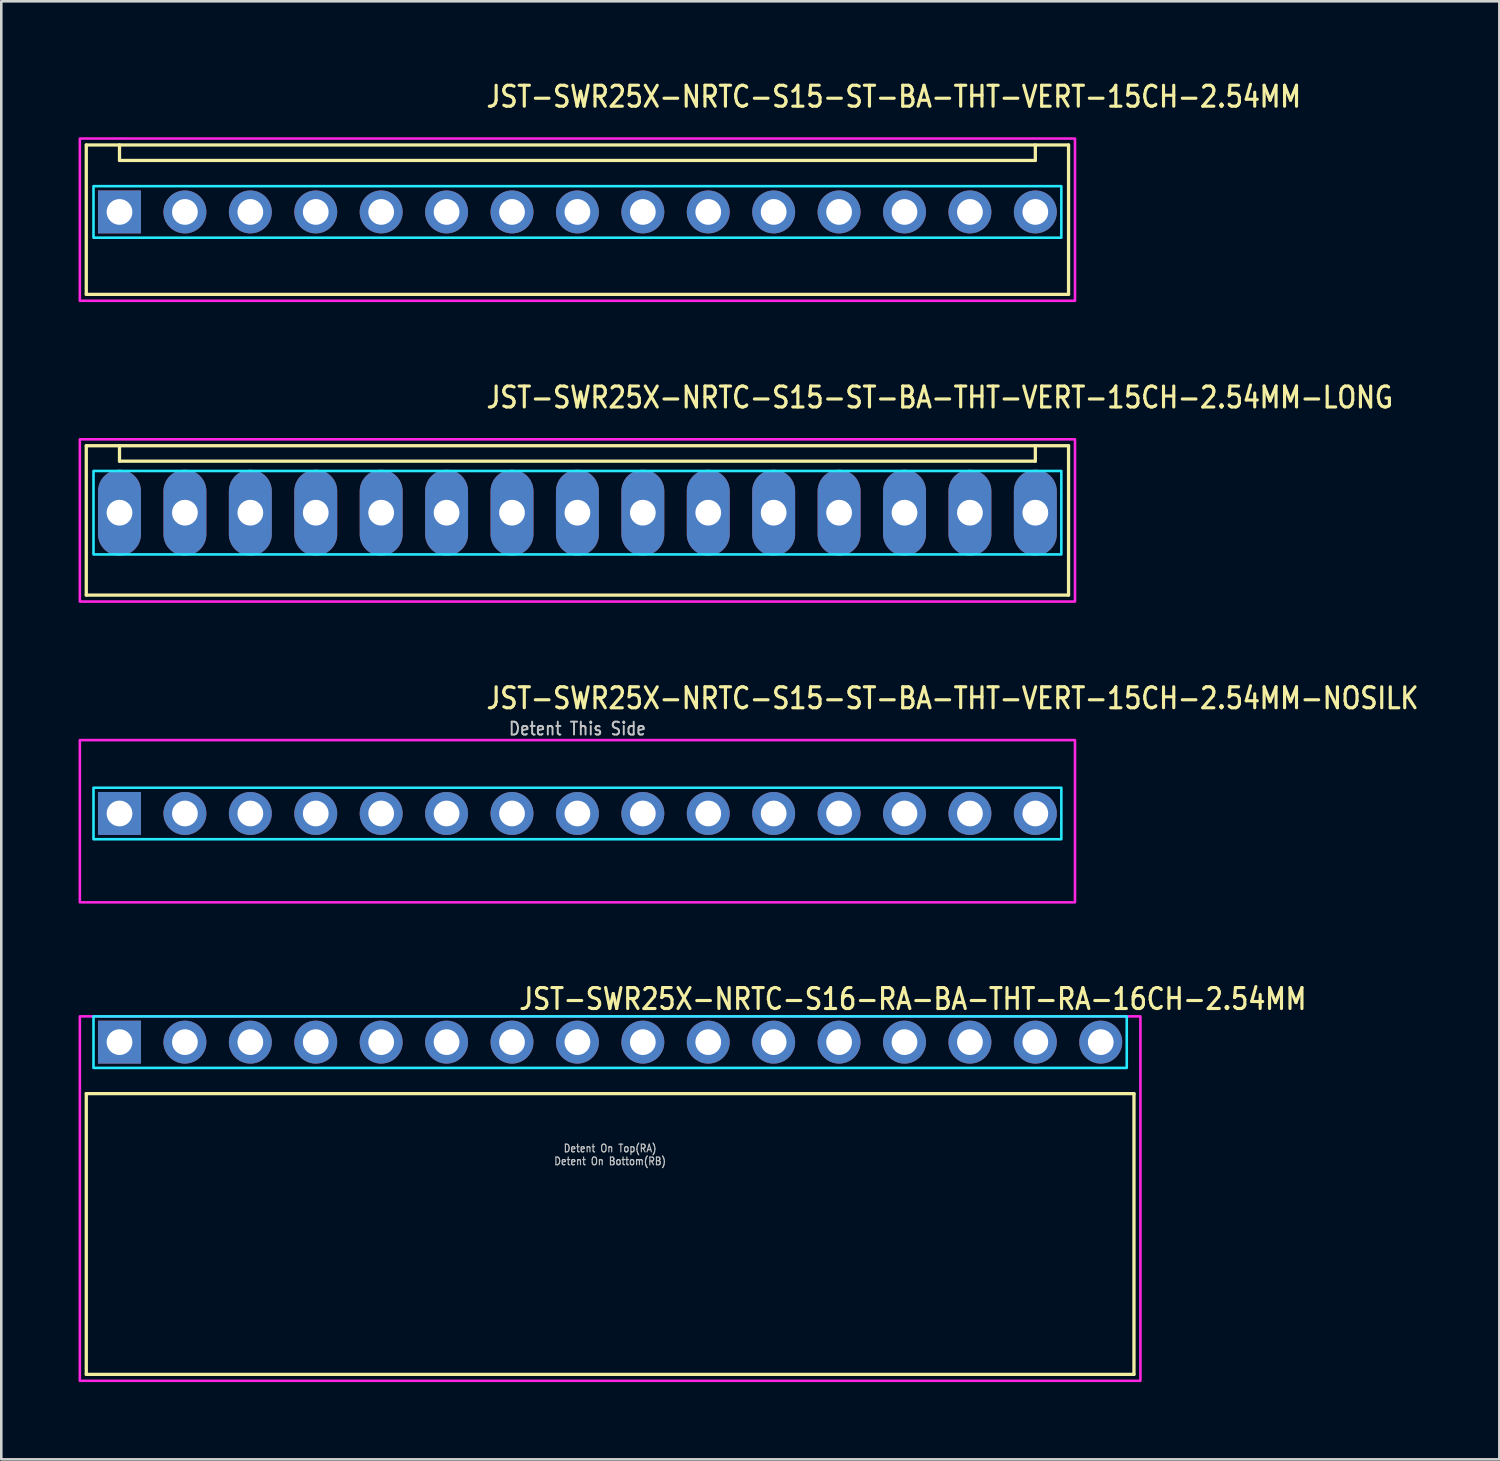
<source format=kicad_pcb>
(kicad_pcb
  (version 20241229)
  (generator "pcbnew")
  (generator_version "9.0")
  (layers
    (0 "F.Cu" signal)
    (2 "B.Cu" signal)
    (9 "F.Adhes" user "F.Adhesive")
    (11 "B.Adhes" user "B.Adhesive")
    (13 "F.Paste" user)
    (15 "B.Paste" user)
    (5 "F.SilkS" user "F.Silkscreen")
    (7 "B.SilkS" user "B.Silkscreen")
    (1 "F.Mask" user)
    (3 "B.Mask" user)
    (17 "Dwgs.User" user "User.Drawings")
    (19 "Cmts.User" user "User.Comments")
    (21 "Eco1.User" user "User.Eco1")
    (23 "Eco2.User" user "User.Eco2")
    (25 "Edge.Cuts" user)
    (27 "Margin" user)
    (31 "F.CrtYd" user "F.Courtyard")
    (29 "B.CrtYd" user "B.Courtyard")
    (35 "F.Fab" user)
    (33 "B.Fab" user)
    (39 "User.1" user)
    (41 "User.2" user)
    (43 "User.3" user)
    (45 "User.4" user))
  (footprint "JST-SWR25X-NRTC-S15-ST-BA-THT-VERT-15CH-2.54MM"
    (layer "F.Cu")
    (at 19.37 5.179)
    (property "Reference" "JST-SWR25X-NRTC-S15-ST-BA-THT-VERT-15CH-2.54MM" (at -3.6 -4 0) (unlocked yes) (layer "F.SilkS") (effects (font (size 0.813 0.695) (thickness 0.122)) (justify left bottom)))
    (fp_line (start -19.07 -2.6) (end 19.07 -2.6) (stroke (width 0.127) (type solid)) (layer "F.SilkS"))
    (fp_line (start -19.07 3.2) (end -19.07 -2.6) (stroke (width 0.127) (type solid)) (layer "F.SilkS"))
    (fp_line (start -19.07 3.2) (end 19.07 3.2) (stroke (width 0.127) (type solid)) (layer "F.SilkS"))
    (fp_line (start -17.78 -2.6) (end -17.78 -2) (stroke (width 0.127) (type solid)) (layer "F.SilkS"))
    (fp_line (start -17.78 -2) (end 17.78 -2) (stroke (width 0.127) (type solid)) (layer "F.SilkS"))
    (fp_line (start 17.78 -2.6) (end 17.78 -2) (stroke (width 0.127) (type solid)) (layer "F.SilkS"))
    (fp_line (start 19.07 -2.6) (end 19.07 3.2) (stroke (width 0.127) (type solid)) (layer "F.SilkS"))
    (fp_poly (pts (xy -18.79 -1) (xy -18.79 1) (xy 18.79 1) (xy 18.79 -1)) (stroke (width 0.1) (type solid)) (fill no) (layer "B.CrtYd"))
    (fp_poly (pts (xy -19.32 -2.85) (xy -19.32 3.45) (xy 19.32 3.45) (xy 19.32 -2.85)) (stroke (width 0.1) (type solid)) (fill no) (layer "F.CrtYd"))
    (pad "1" thru_hole rect (at -17.78 0) (size 1.667 1.667) (drill 1) (layers "*.Cu" "*.Mask"))
    (pad "2" thru_hole oval (at -15.24 0) (size 1.667 1.667) (drill 1) (layers "*.Cu" "*.Mask"))
    (pad "3" thru_hole oval (at -12.7 0) (size 1.667 1.667) (drill 1) (layers "*.Cu" "*.Mask"))
    (pad "4" thru_hole oval (at -10.16 0) (size 1.667 1.667) (drill 1) (layers "*.Cu" "*.Mask"))
    (pad "5" thru_hole oval (at -7.62 0) (size 1.667 1.667) (drill 1) (layers "*.Cu" "*.Mask"))
    (pad "6" thru_hole oval (at -5.08 0) (size 1.667 1.667) (drill 1) (layers "*.Cu" "*.Mask"))
    (pad "7" thru_hole oval (at -2.54 0) (size 1.667 1.667) (drill 1) (layers "*.Cu" "*.Mask"))
    (pad "8" thru_hole oval (at 0 0) (size 1.667 1.667) (drill 1) (layers "*.Cu" "*.Mask"))
    (pad "9" thru_hole oval (at 2.54 0) (size 1.667 1.667) (drill 1) (layers "*.Cu" "*.Mask"))
    (pad "10" thru_hole oval (at 5.08 0) (size 1.667 1.667) (drill 1) (layers "*.Cu" "*.Mask"))
    (pad "11" thru_hole oval (at 7.62 0) (size 1.667 1.667) (drill 1) (layers "*.Cu" "*.Mask"))
    (pad "12" thru_hole oval (at 10.16 0) (size 1.667 1.667) (drill 1) (layers "*.Cu" "*.Mask"))
    (pad "13" thru_hole oval (at 12.7 0) (size 1.667 1.667) (drill 1) (layers "*.Cu" "*.Mask"))
    (pad "14" thru_hole oval (at 15.24 0) (size 1.667 1.667) (drill 1) (layers "*.Cu" "*.Mask"))
    (pad "15" thru_hole oval (at 17.78 0) (size 1.667 1.667) (drill 1) (layers "*.Cu" "*.Mask")))
  (footprint "JST-SWR25X-NRTC-S16-RA-BA-THT-RA-16CH-2.54MM"
    (layer "F.Cu")
    (at 20.64 37.414)
    (property "Reference" "JST-SWR25X-NRTC-S16-RA-BA-THT-RA-16CH-2.54MM" (at -3.6 -1.2 0) (unlocked yes) (layer "F.SilkS") (effects (font (size 0.813 0.695) (thickness 0.122)) (justify left bottom)))
    (fp_line (start -20.34 2) (end 20.34 2) (stroke (width 0.127) (type solid)) (layer "F.SilkS"))
    (fp_line (start -20.34 12.9) (end -20.34 2) (stroke (width 0.127) (type solid)) (layer "F.SilkS"))
    (fp_line (start -20.34 12.9) (end 20.34 12.9) (stroke (width 0.127) (type solid)) (layer "F.SilkS"))
    (fp_line (start 20.34 2) (end 20.34 12.9) (stroke (width 0.127) (type solid)) (layer "F.SilkS"))
    (fp_poly (pts (xy -20.06 -1) (xy -20.06 1) (xy 20.06 1) (xy 20.06 -1)) (stroke (width 0.1) (type solid)) (fill no) (layer "B.CrtYd"))
    (fp_poly (pts (xy -20.59 -1) (xy -20.59 13.15) (xy 20.59 13.15) (xy 20.59 -1)) (stroke (width 0.1) (type solid)) (fill no) (layer "F.CrtYd"))
    (fp_text user "Detent On Top(RA)" (at 0 4.3 0) (unlocked yes) (layer "Dwgs.User") (effects (font (size 0.3 0.257) (thickness 0.045)) (justify bottom)))
    (fp_text user "Detent On Bottom(RB)" (at 0 4.8 0) (unlocked yes) (layer "Dwgs.User") (effects (font (size 0.3 0.257) (thickness 0.045)) (justify bottom)))
    (pad "1" thru_hole rect (at -19.05 0) (size 1.667 1.667) (drill 1) (layers "*.Cu" "*.Mask"))
    (pad "2" thru_hole oval (at -16.51 0) (size 1.667 1.667) (drill 1) (layers "*.Cu" "*.Mask"))
    (pad "3" thru_hole oval (at -13.97 0) (size 1.667 1.667) (drill 1) (layers "*.Cu" "*.Mask"))
    (pad "4" thru_hole oval (at -11.43 0) (size 1.667 1.667) (drill 1) (layers "*.Cu" "*.Mask"))
    (pad "5" thru_hole oval (at -8.89 0) (size 1.667 1.667) (drill 1) (layers "*.Cu" "*.Mask"))
    (pad "6" thru_hole oval (at -6.35 0) (size 1.667 1.667) (drill 1) (layers "*.Cu" "*.Mask"))
    (pad "7" thru_hole oval (at -3.81 0) (size 1.667 1.667) (drill 1) (layers "*.Cu" "*.Mask"))
    (pad "8" thru_hole oval (at -1.27 0) (size 1.667 1.667) (drill 1) (layers "*.Cu" "*.Mask"))
    (pad "9" thru_hole oval (at 1.27 0) (size 1.667 1.667) (drill 1) (layers "*.Cu" "*.Mask"))
    (pad "10" thru_hole oval (at 3.81 0) (size 1.667 1.667) (drill 1) (layers "*.Cu" "*.Mask"))
    (pad "11" thru_hole oval (at 6.35 0) (size 1.667 1.667) (drill 1) (layers "*.Cu" "*.Mask"))
    (pad "12" thru_hole oval (at 8.89 0) (size 1.667 1.667) (drill 1) (layers "*.Cu" "*.Mask"))
    (pad "13" thru_hole oval (at 11.43 0) (size 1.667 1.667) (drill 1) (layers "*.Cu" "*.Mask"))
    (pad "14" thru_hole oval (at 13.97 0) (size 1.667 1.667) (drill 1) (layers "*.Cu" "*.Mask"))
    (pad "15" thru_hole oval (at 16.51 0) (size 1.667 1.667) (drill 1) (layers "*.Cu" "*.Mask"))
    (pad "16" thru_hole oval (at 19.05 0) (size 1.667 1.667) (drill 1) (layers "*.Cu" "*.Mask")))
  (footprint "JST-SWR25X-NRTC-S15-ST-BA-THT-VERT-15CH-2.54MM-NOSILK"
    (layer "F.Cu")
    (at 19.37 28.536)
    (property "Reference" "JST-SWR25X-NRTC-S15-ST-BA-THT-VERT-15CH-2.54MM-NOSILK" (at -3.6 -4 0) (unlocked yes) (layer "F.SilkS") (effects (font (size 0.813 0.695) (thickness 0.122)) (justify left bottom)))
    (fp_poly (pts (xy -18.79 -1) (xy -18.79 1) (xy 18.79 1) (xy 18.79 -1)) (stroke (width 0.1) (type solid)) (fill no) (layer "B.CrtYd"))
    (fp_poly (pts (xy -19.32 -2.85) (xy -19.32 3.45) (xy 19.32 3.45) (xy 19.32 -2.85)) (stroke (width 0.1) (type solid)) (fill no) (layer "F.CrtYd"))
    (fp_text user "Detent This Side" (at 0 -3 0) (unlocked yes) (layer "Dwgs.User") (effects (font (size 0.5 0.427) (thickness 0.075)) (justify bottom)))
    (pad "1" thru_hole rect (at -17.78 0) (size 1.667 1.667) (drill 1) (layers "*.Cu" "*.Mask"))
    (pad "2" thru_hole oval (at -15.24 0) (size 1.667 1.667) (drill 1) (layers "*.Cu" "*.Mask"))
    (pad "3" thru_hole oval (at -12.7 0) (size 1.667 1.667) (drill 1) (layers "*.Cu" "*.Mask"))
    (pad "4" thru_hole oval (at -10.16 0) (size 1.667 1.667) (drill 1) (layers "*.Cu" "*.Mask"))
    (pad "5" thru_hole oval (at -7.62 0) (size 1.667 1.667) (drill 1) (layers "*.Cu" "*.Mask"))
    (pad "6" thru_hole oval (at -5.08 0) (size 1.667 1.667) (drill 1) (layers "*.Cu" "*.Mask"))
    (pad "7" thru_hole oval (at -2.54 0) (size 1.667 1.667) (drill 1) (layers "*.Cu" "*.Mask"))
    (pad "8" thru_hole oval (at 0 0) (size 1.667 1.667) (drill 1) (layers "*.Cu" "*.Mask"))
    (pad "9" thru_hole oval (at 2.54 0) (size 1.667 1.667) (drill 1) (layers "*.Cu" "*.Mask"))
    (pad "10" thru_hole oval (at 5.08 0) (size 1.667 1.667) (drill 1) (layers "*.Cu" "*.Mask"))
    (pad "11" thru_hole oval (at 7.62 0) (size 1.667 1.667) (drill 1) (layers "*.Cu" "*.Mask"))
    (pad "12" thru_hole oval (at 10.16 0) (size 1.667 1.667) (drill 1) (layers "*.Cu" "*.Mask"))
    (pad "13" thru_hole oval (at 12.7 0) (size 1.667 1.667) (drill 1) (layers "*.Cu" "*.Mask"))
    (pad "14" thru_hole oval (at 15.24 0) (size 1.667 1.667) (drill 1) (layers "*.Cu" "*.Mask"))
    (pad "15" thru_hole oval (at 17.78 0) (size 1.667 1.667) (drill 1) (layers "*.Cu" "*.Mask")))
  (footprint "JST-SWR25X-NRTC-S15-ST-BA-THT-VERT-15CH-2.54MM-LONG"
    (layer "F.Cu")
    (at 19.37 16.857)
    (property "Reference" "JST-SWR25X-NRTC-S15-ST-BA-THT-VERT-15CH-2.54MM-LONG" (at -3.6 -4 0) (unlocked yes) (layer "F.SilkS") (effects (font (size 0.813 0.695) (thickness 0.122)) (justify left bottom)))
    (fp_line (start -19.07 -2.6) (end 19.07 -2.6) (stroke (width 0.127) (type solid)) (layer "F.SilkS"))
    (fp_line (start -19.07 3.2) (end -19.07 -2.6) (stroke (width 0.127) (type solid)) (layer "F.SilkS"))
    (fp_line (start -19.07 3.2) (end 19.07 3.2) (stroke (width 0.127) (type solid)) (layer "F.SilkS"))
    (fp_line (start -17.78 -2.6) (end -17.78 -2) (stroke (width 0.127) (type solid)) (layer "F.SilkS"))
    (fp_line (start -17.78 -2) (end 17.78 -2) (stroke (width 0.127) (type solid)) (layer "F.SilkS"))
    (fp_line (start 17.78 -2.6) (end 17.78 -2) (stroke (width 0.127) (type solid)) (layer "F.SilkS"))
    (fp_line (start 19.07 -2.6) (end 19.07 3.2) (stroke (width 0.127) (type solid)) (layer "F.SilkS"))
    (fp_poly (pts (xy -18.79 -1.62) (xy -18.79 1.62) (xy 18.79 1.62) (xy 18.79 -1.62)) (stroke (width 0.1) (type solid)) (fill no) (layer "B.CrtYd"))
    (fp_poly (pts (xy -19.32 -2.85) (xy -19.32 3.45) (xy 19.32 3.45) (xy 19.32 -2.85)) (stroke (width 0.1) (type solid)) (fill no) (layer "F.CrtYd"))
    (pad "1" thru_hole oval (at -17.78 0 90) (size 3.333 1.667) (drill 1) (layers "*.Cu" "*.Mask"))
    (pad "2" thru_hole oval (at -15.24 0 90) (size 3.333 1.667) (drill 1) (layers "*.Cu" "*.Mask"))
    (pad "3" thru_hole oval (at -12.7 0 90) (size 3.333 1.667) (drill 1) (layers "*.Cu" "*.Mask"))
    (pad "4" thru_hole oval (at -10.16 0 90) (size 3.333 1.667) (drill 1) (layers "*.Cu" "*.Mask"))
    (pad "5" thru_hole oval (at -7.62 0 90) (size 3.333 1.667) (drill 1) (layers "*.Cu" "*.Mask"))
    (pad "6" thru_hole oval (at -5.08 0 90) (size 3.333 1.667) (drill 1) (layers "*.Cu" "*.Mask"))
    (pad "7" thru_hole oval (at -2.54 0 90) (size 3.333 1.667) (drill 1) (layers "*.Cu" "*.Mask"))
    (pad "8" thru_hole oval (at 0 0 90) (size 3.333 1.667) (drill 1) (layers "*.Cu" "*.Mask"))
    (pad "9" thru_hole oval (at 2.54 0 90) (size 3.333 1.667) (drill 1) (layers "*.Cu" "*.Mask"))
    (pad "10" thru_hole oval (at 5.08 0 90) (size 3.333 1.667) (drill 1) (layers "*.Cu" "*.Mask"))
    (pad "11" thru_hole oval (at 7.62 0 90) (size 3.333 1.667) (drill 1) (layers "*.Cu" "*.Mask"))
    (pad "12" thru_hole oval (at 10.16 0 90) (size 3.333 1.667) (drill 1) (layers "*.Cu" "*.Mask"))
    (pad "13" thru_hole oval (at 12.7 0 90) (size 3.333 1.667) (drill 1) (layers "*.Cu" "*.Mask"))
    (pad "14" thru_hole oval (at 15.24 0 90) (size 3.333 1.667) (drill 1) (layers "*.Cu" "*.Mask"))
    (pad "15" thru_hole oval (at 17.78 0 90) (size 3.333 1.667) (drill 1) (layers "*.Cu" "*.Mask")))
  (gr_rect
    (start -3 -3)
    (end 55.167 53.614)
    (stroke (width 0.1) (type default))
    (fill no)
    (layer "Edge.Cuts")))
</source>
